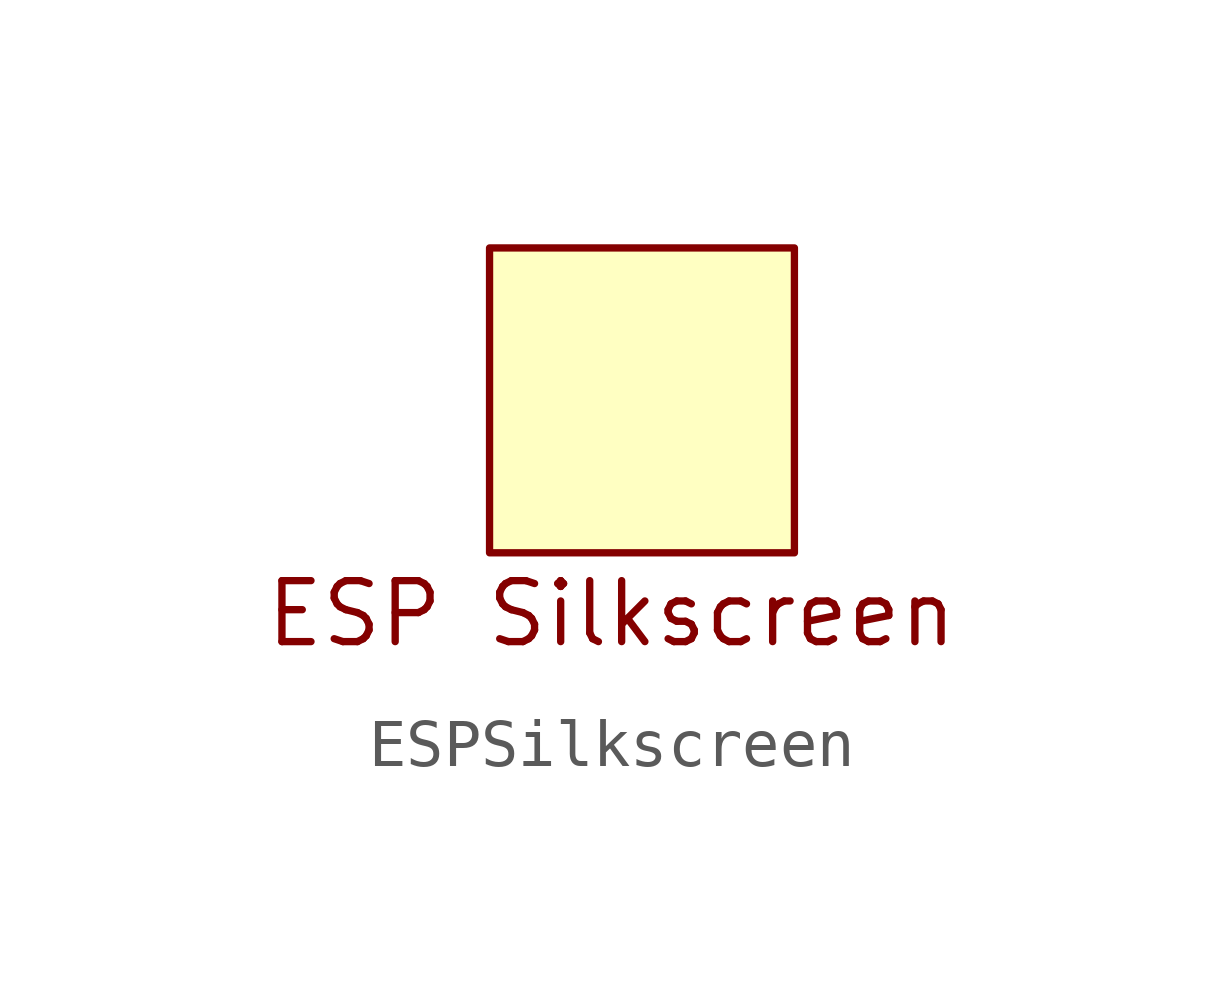
<source format=kicad_sym>
(kicad_symbol_lib
  (version 20220914)
  (generator kicad_symbol_editor)
  (symbol "ESPSilkscreen"
    (pin_numbers hide)
    (pin_names hide)
    (property "Reference" "U"
      (at 0 1.27 0)
      (effects (font (size 1.27 1.27)) hide))
    (property "Value" ""
      (at 0 0 0)
      (effects (font (size 1.27 1.27))))
    (symbol "ESPSilkscreen_1_1"
      (rectangle (start 0 0) (end 6.35 -6.35) (stroke (width 0) (type default)) (fill (type background)))
      (text "ESP Silkscreen" (at 2.54 -7.62 0) (effects (font (size 1.27 1.27)))))))
</source>
